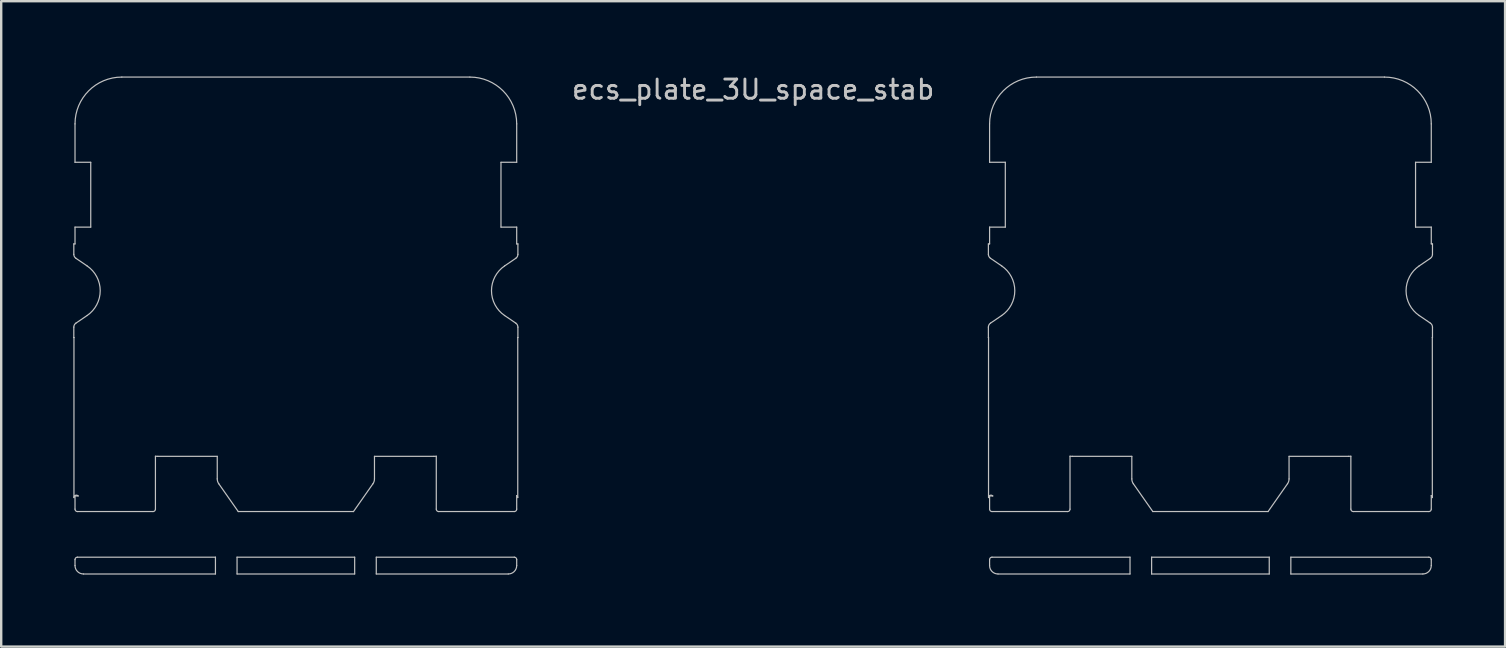
<source format=kicad_pcb>
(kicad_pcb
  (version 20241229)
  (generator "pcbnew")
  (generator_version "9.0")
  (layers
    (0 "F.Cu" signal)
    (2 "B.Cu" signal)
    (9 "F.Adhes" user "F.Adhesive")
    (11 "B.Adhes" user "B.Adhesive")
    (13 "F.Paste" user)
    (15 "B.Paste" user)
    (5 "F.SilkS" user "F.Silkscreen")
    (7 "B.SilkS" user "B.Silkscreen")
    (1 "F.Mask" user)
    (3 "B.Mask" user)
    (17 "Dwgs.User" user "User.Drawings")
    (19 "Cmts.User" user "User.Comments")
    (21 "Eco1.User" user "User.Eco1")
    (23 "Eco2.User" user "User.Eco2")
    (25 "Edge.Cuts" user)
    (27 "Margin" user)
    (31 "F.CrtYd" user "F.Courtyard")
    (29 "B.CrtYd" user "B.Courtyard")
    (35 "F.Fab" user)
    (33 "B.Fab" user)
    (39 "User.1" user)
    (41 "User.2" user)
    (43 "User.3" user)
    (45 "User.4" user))
  (footprint "ecs_plate_3U_space_stab"
    (layer "F.Cu")
    (at 28.325 9.061)
    (property "Reference" "ecs_plate_3U_space_stab" (at 0 -8.382 0) (layer "Dwgs.User") (effects (font (size 0.8 0.8) (thickness 0.12))))
    (attr smd)
    (fp_line (start -28.3 -1.95) (end -28.25 -1.95) (stroke (width 0.05) (type solid)) (layer "Dwgs.User"))
    (fp_line (start -28.3 -1.516) (end -28.3 -1.95) (stroke (width 0.05) (type solid)) (layer "Dwgs.User"))
    (fp_line (start -28.3 1.95) (end -28.3 1.516) (stroke (width 0.05) (type solid)) (layer "Dwgs.User"))
    (fp_line (start -28.294 1.95) (end -28.3 1.95) (stroke (width 0.05) (type solid)) (layer "Dwgs.User"))
    (fp_line (start -28.294 8.616) (end -28.294 1.95) (stroke (width 0.05) (type solid)) (layer "Dwgs.User"))
    (fp_line (start -28.25 -5.35) (end -28.25 -6.95) (stroke (width 0.05) (type solid)) (layer "Dwgs.User"))
    (fp_line (start -28.25 -2.65) (end -27.595 -2.65) (stroke (width 0.05) (type solid)) (layer "Dwgs.User"))
    (fp_line (start -28.25 -1.95) (end -28.25 -2.65) (stroke (width 0.05) (type solid)) (layer "Dwgs.User"))
    (fp_line (start -28.25 8.55) (end -28.119 8.55) (stroke (width 0.05) (type solid)) (layer "Dwgs.User"))
    (fp_line (start -28.25 9.1) (end -28.25 8.55) (stroke (width 0.05) (type solid)) (layer "Dwgs.User"))
    (fp_line (start -28.25 11.45) (end -28.25 11.2) (stroke (width 0.05) (type solid)) (layer "Dwgs.User"))
    (fp_line (start -28.213 1.351) (end -27.746 1.033) (stroke (width 0.05) (type solid)) (layer "Dwgs.User"))
    (fp_line (start -28.15 11.1) (end -22.4 11.1) (stroke (width 0.05) (type solid)) (layer "Dwgs.User"))
    (fp_line (start -27.746 -1.033) (end -28.213 -1.351) (stroke (width 0.05) (type solid)) (layer "Dwgs.User"))
    (fp_line (start -27.595 -5.35) (end -28.25 -5.35) (stroke (width 0.05) (type solid)) (layer "Dwgs.User"))
    (fp_line (start -27.595 -2.65) (end -27.595 -5.35) (stroke (width 0.05) (type solid)) (layer "Dwgs.User"))
    (fp_line (start -26.3 -8.9) (end -11.8 -8.9) (stroke (width 0.05) (type solid)) (layer "Dwgs.User"))
    (fp_line (start -25 9.2) (end -28.15 9.2) (stroke (width 0.05) (type solid)) (layer "Dwgs.User"))
    (fp_line (start -24.9 6.895) (end -24.9 9.1) (stroke (width 0.05) (type solid)) (layer "Dwgs.User"))
    (fp_line (start -22.4 11.1) (end -22.4 11.8) (stroke (width 0.05) (type solid)) (layer "Dwgs.User"))
    (fp_line (start -22.4 11.8) (end -27.9 11.8) (stroke (width 0.05) (type solid)) (layer "Dwgs.User"))
    (fp_line (start -22.325 6.9) (end -24.8 6.9) (stroke (width 0.05) (type solid)) (layer "Dwgs.User"))
    (fp_line (start -22.325 7.84) (end -22.325 6.9) (stroke (width 0.05) (type solid)) (layer "Dwgs.User"))
    (fp_line (start -21.5 11.1) (end -16.6 11.1) (stroke (width 0.05) (type solid)) (layer "Dwgs.User"))
    (fp_line (start -21.5 11.8) (end -21.5 11.1) (stroke (width 0.05) (type solid)) (layer "Dwgs.User"))
    (fp_line (start -21.45 9.2) (end -22.262 8.041) (stroke (width 0.05) (type solid)) (layer "Dwgs.User"))
    (fp_line (start -16.65 9.2) (end -21.45 9.2) (stroke (width 0.05) (type solid)) (layer "Dwgs.User"))
    (fp_line (start -16.6 11.1) (end -16.6 11.8) (stroke (width 0.05) (type solid)) (layer "Dwgs.User"))
    (fp_line (start -16.6 11.8) (end -21.5 11.8) (stroke (width 0.05) (type solid)) (layer "Dwgs.User"))
    (fp_line (start -15.838 8.041) (end -16.65 9.2) (stroke (width 0.05) (type solid)) (layer "Dwgs.User"))
    (fp_line (start -15.775 6.9) (end -15.775 7.84) (stroke (width 0.05) (type solid)) (layer "Dwgs.User"))
    (fp_line (start -15.7 11.1) (end -9.95 11.1) (stroke (width 0.05) (type solid)) (layer "Dwgs.User"))
    (fp_line (start -15.7 11.8) (end -15.7 11.1) (stroke (width 0.05) (type solid)) (layer "Dwgs.User"))
    (fp_line (start -13.3 6.9) (end -15.775 6.9) (stroke (width 0.05) (type solid)) (layer "Dwgs.User"))
    (fp_line (start -13.2 9.1) (end -13.2 6.895) (stroke (width 0.05) (type solid)) (layer "Dwgs.User"))
    (fp_line (start -10.505 -5.35) (end -10.505 -2.65) (stroke (width 0.05) (type solid)) (layer "Dwgs.User"))
    (fp_line (start -10.505 -2.65) (end -9.85 -2.65) (stroke (width 0.05) (type solid)) (layer "Dwgs.User"))
    (fp_line (start -10.354 1.033) (end -9.887 1.351) (stroke (width 0.05) (type solid)) (layer "Dwgs.User"))
    (fp_line (start -10.2 11.8) (end -15.7 11.8) (stroke (width 0.05) (type solid)) (layer "Dwgs.User"))
    (fp_line (start -9.95 9.2) (end -13.1 9.2) (stroke (width 0.05) (type solid)) (layer "Dwgs.User"))
    (fp_line (start -9.887 -1.351) (end -10.354 -1.033) (stroke (width 0.05) (type solid)) (layer "Dwgs.User"))
    (fp_line (start -9.85 8.534) (end -9.85 9.1) (stroke (width 0.05) (type solid)) (layer "Dwgs.User"))
    (fp_line (start -9.85 -6.95) (end -9.85 -5.35) (stroke (width 0.05) (type solid)) (layer "Dwgs.User"))
    (fp_line (start -9.85 -5.35) (end -10.505 -5.35) (stroke (width 0.05) (type solid)) (layer "Dwgs.User"))
    (fp_line (start -9.85 -2.65) (end -9.85 -1.95) (stroke (width 0.05) (type solid)) (layer "Dwgs.User"))
    (fp_line (start -9.85 -1.95) (end -9.8 -1.95) (stroke (width 0.05) (type solid)) (layer "Dwgs.User"))
    (fp_line (start -9.85 11.2) (end -9.85 11.45) (stroke (width 0.05) (type solid)) (layer "Dwgs.User"))
    (fp_line (start -9.806 1.95) (end -9.806 8.616) (stroke (width 0.05) (type solid)) (layer "Dwgs.User"))
    (fp_line (start -9.8 -1.95) (end -9.8 -1.516) (stroke (width 0.05) (type solid)) (layer "Dwgs.User"))
    (fp_line (start -9.8 1.516) (end -9.8 1.95) (stroke (width 0.05) (type solid)) (layer "Dwgs.User"))
    (fp_line (start -9.8 1.95) (end -9.806 1.95) (stroke (width 0.05) (type solid)) (layer "Dwgs.User"))
    (fp_line (start 9.8 -1.95) (end 9.85 -1.95) (stroke (width 0.05) (type solid)) (layer "Dwgs.User"))
    (fp_line (start 9.8 -1.516) (end 9.8 -1.95) (stroke (width 0.05) (type solid)) (layer "Dwgs.User"))
    (fp_line (start 9.8 1.95) (end 9.8 1.516) (stroke (width 0.05) (type solid)) (layer "Dwgs.User"))
    (fp_line (start 9.806 1.95) (end 9.8 1.95) (stroke (width 0.05) (type solid)) (layer "Dwgs.User"))
    (fp_line (start 9.806 8.616) (end 9.806 1.95) (stroke (width 0.05) (type solid)) (layer "Dwgs.User"))
    (fp_line (start 9.85 -5.35) (end 9.85 -6.95) (stroke (width 0.05) (type solid)) (layer "Dwgs.User"))
    (fp_line (start 9.85 -2.65) (end 10.505 -2.65) (stroke (width 0.05) (type solid)) (layer "Dwgs.User"))
    (fp_line (start 9.85 -1.95) (end 9.85 -2.65) (stroke (width 0.05) (type solid)) (layer "Dwgs.User"))
    (fp_line (start 9.85 8.55) (end 9.981 8.55) (stroke (width 0.05) (type solid)) (layer "Dwgs.User"))
    (fp_line (start 9.85 9.1) (end 9.85 8.55) (stroke (width 0.05) (type solid)) (layer "Dwgs.User"))
    (fp_line (start 9.85 11.45) (end 9.85 11.2) (stroke (width 0.05) (type solid)) (layer "Dwgs.User"))
    (fp_line (start 9.887 1.351) (end 10.354 1.033) (stroke (width 0.05) (type solid)) (layer "Dwgs.User"))
    (fp_line (start 9.95 11.1) (end 15.7 11.1) (stroke (width 0.05) (type solid)) (layer "Dwgs.User"))
    (fp_line (start 10.354 -1.033) (end 9.887 -1.351) (stroke (width 0.05) (type solid)) (layer "Dwgs.User"))
    (fp_line (start 10.505 -5.35) (end 9.85 -5.35) (stroke (width 0.05) (type solid)) (layer "Dwgs.User"))
    (fp_line (start 10.505 -2.65) (end 10.505 -5.35) (stroke (width 0.05) (type solid)) (layer "Dwgs.User"))
    (fp_line (start 11.8 -8.9) (end 26.3 -8.9) (stroke (width 0.05) (type solid)) (layer "Dwgs.User"))
    (fp_line (start 13.1 9.2) (end 9.95 9.2) (stroke (width 0.05) (type solid)) (layer "Dwgs.User"))
    (fp_line (start 13.2 6.895) (end 13.2 9.1) (stroke (width 0.05) (type solid)) (layer "Dwgs.User"))
    (fp_line (start 15.7 11.1) (end 15.7 11.8) (stroke (width 0.05) (type solid)) (layer "Dwgs.User"))
    (fp_line (start 15.7 11.8) (end 10.2 11.8) (stroke (width 0.05) (type solid)) (layer "Dwgs.User"))
    (fp_line (start 15.775 6.9) (end 13.3 6.9) (stroke (width 0.05) (type solid)) (layer "Dwgs.User"))
    (fp_line (start 15.775 7.84) (end 15.775 6.9) (stroke (width 0.05) (type solid)) (layer "Dwgs.User"))
    (fp_line (start 16.6 11.1) (end 21.5 11.1) (stroke (width 0.05) (type solid)) (layer "Dwgs.User"))
    (fp_line (start 16.6 11.8) (end 16.6 11.1) (stroke (width 0.05) (type solid)) (layer "Dwgs.User"))
    (fp_line (start 16.65 9.2) (end 15.838 8.041) (stroke (width 0.05) (type solid)) (layer "Dwgs.User"))
    (fp_line (start 21.45 9.2) (end 16.65 9.2) (stroke (width 0.05) (type solid)) (layer "Dwgs.User"))
    (fp_line (start 21.5 11.1) (end 21.5 11.8) (stroke (width 0.05) (type solid)) (layer "Dwgs.User"))
    (fp_line (start 21.5 11.8) (end 16.6 11.8) (stroke (width 0.05) (type solid)) (layer "Dwgs.User"))
    (fp_line (start 22.262 8.041) (end 21.45 9.2) (stroke (width 0.05) (type solid)) (layer "Dwgs.User"))
    (fp_line (start 22.325 6.9) (end 22.325 7.84) (stroke (width 0.05) (type solid)) (layer "Dwgs.User"))
    (fp_line (start 22.4 11.1) (end 28.15 11.1) (stroke (width 0.05) (type solid)) (layer "Dwgs.User"))
    (fp_line (start 22.4 11.8) (end 22.4 11.1) (stroke (width 0.05) (type solid)) (layer "Dwgs.User"))
    (fp_line (start 24.8 6.9) (end 22.325 6.9) (stroke (width 0.05) (type solid)) (layer "Dwgs.User"))
    (fp_line (start 24.9 9.1) (end 24.9 6.895) (stroke (width 0.05) (type solid)) (layer "Dwgs.User"))
    (fp_line (start 27.595 -5.35) (end 27.595 -2.65) (stroke (width 0.05) (type solid)) (layer "Dwgs.User"))
    (fp_line (start 27.595 -2.65) (end 28.25 -2.65) (stroke (width 0.05) (type solid)) (layer "Dwgs.User"))
    (fp_line (start 27.746 1.033) (end 28.213 1.351) (stroke (width 0.05) (type solid)) (layer "Dwgs.User"))
    (fp_line (start 27.9 11.8) (end 22.4 11.8) (stroke (width 0.05) (type solid)) (layer "Dwgs.User"))
    (fp_line (start 28.15 9.2) (end 25 9.2) (stroke (width 0.05) (type solid)) (layer "Dwgs.User"))
    (fp_line (start 28.213 -1.351) (end 27.746 -1.033) (stroke (width 0.05) (type solid)) (layer "Dwgs.User"))
    (fp_line (start 28.25 8.534) (end 28.25 9.1) (stroke (width 0.05) (type solid)) (layer "Dwgs.User"))
    (fp_line (start 28.25 -6.95) (end 28.25 -5.35) (stroke (width 0.05) (type solid)) (layer "Dwgs.User"))
    (fp_line (start 28.25 -5.35) (end 27.595 -5.35) (stroke (width 0.05) (type solid)) (layer "Dwgs.User"))
    (fp_line (start 28.25 -2.65) (end 28.25 -1.95) (stroke (width 0.05) (type solid)) (layer "Dwgs.User"))
    (fp_line (start 28.25 -1.95) (end 28.3 -1.95) (stroke (width 0.05) (type solid)) (layer "Dwgs.User"))
    (fp_line (start 28.25 11.2) (end 28.25 11.45) (stroke (width 0.05) (type solid)) (layer "Dwgs.User"))
    (fp_line (start 28.294 1.95) (end 28.294 8.616) (stroke (width 0.05) (type solid)) (layer "Dwgs.User"))
    (fp_line (start 28.3 -1.95) (end 28.3 -1.516) (stroke (width 0.05) (type solid)) (layer "Dwgs.User"))
    (fp_line (start 28.3 1.516) (end 28.3 1.95) (stroke (width 0.05) (type solid)) (layer "Dwgs.User"))
    (fp_line (start 28.3 1.95) (end 28.294 1.95) (stroke (width 0.05) (type solid)) (layer "Dwgs.User"))
    (fp_arc (start -28.300003 1.516225) (mid -28.276822 1.422766) (end -28.212652 1.350973) (stroke (width 0.05) (type solid)) (layer "Dwgs.User"))
    (fp_arc (start -28.29375 8.616395) (mid -28.22927 8.52292) (end -28.118988 8.55) (stroke (width 0.05) (type solid)) (layer "Dwgs.User"))
    (fp_arc (start -28.25 -6.95) (mid -27.678858 -8.328858) (end -26.3 -8.9) (stroke (width 0.05) (type solid)) (layer "Dwgs.User"))
    (fp_arc (start -28.25 11.199994) (mid -28.220712 11.129286) (end -28.150003 11.1) (stroke (width 0.05) (type solid)) (layer "Dwgs.User"))
    (fp_arc (start -28.212652 -1.350973) (mid -28.276822 -1.422766) (end -28.300003 -1.516225) (stroke (width 0.05) (type solid)) (layer "Dwgs.User"))
    (fp_arc (start -28.150003 9.2) (mid -28.220712 9.170714) (end -28.25 9.100006) (stroke (width 0.05) (type solid)) (layer "Dwgs.User"))
    (fp_arc (start -27.900023 11.8) (mid -28.147497 11.697497) (end -28.25 11.450023) (stroke (width 0.05) (type solid)) (layer "Dwgs.User"))
    (fp_arc (start -27.745979 -1.032887) (mid -27.2 0) (end -27.745979 1.032887) (stroke (width 0.05) (type solid)) (layer "Dwgs.User"))
    (fp_arc (start -24.9 9.099996) (mid -24.929288 9.170709) (end -25 9.2) (stroke (width 0.05) (type solid)) (layer "Dwgs.User"))
    (fp_arc (start -24.8 6.9) (mid -24.850063 6.898746) (end -24.9 6.894987) (stroke (width 0.05) (type solid)) (layer "Dwgs.User"))
    (fp_arc (start -22.261703 8.040768) (mid -22.308801 7.945263) (end -22.325 7.840016) (stroke (width 0.05) (type solid)) (layer "Dwgs.User"))
    (fp_arc (start -15.775 7.840016) (mid -15.791199 7.945263) (end -15.838297 8.040768) (stroke (width 0.05) (type solid)) (layer "Dwgs.User"))
    (fp_arc (start -13.2 6.894987) (mid -13.249937 6.898746) (end -13.3 6.9) (stroke (width 0.05) (type solid)) (layer "Dwgs.User"))
    (fp_arc (start -13.1 9.2) (mid -13.170712 9.170709) (end -13.2 9.099996) (stroke (width 0.05) (type solid)) (layer "Dwgs.User"))
    (fp_arc (start -11.8 -8.9) (mid -10.421142 -8.328858) (end -9.85 -6.95) (stroke (width 0.05) (type solid)) (layer "Dwgs.User"))
    (fp_arc (start -10.354021 1.032887) (mid -10.9 0) (end -10.354021 -1.032887) (stroke (width 0.05) (type solid)) (layer "Dwgs.User"))
    (fp_arc (start -9.949997 11.1) (mid -9.879288 11.129286) (end -9.85 11.199994) (stroke (width 0.05) (type solid)) (layer "Dwgs.User"))
    (fp_arc (start -9.887348 1.350973) (mid -9.823178 1.422766) (end -9.799997 1.516225) (stroke (width 0.05) (type solid)) (layer "Dwgs.User"))
    (fp_arc (start -9.850001 8.533718) (mid -9.817862 8.569625) (end -9.80625 8.616395) (stroke (width 0.05) (type solid)) (layer "Dwgs.User"))
    (fp_arc (start -9.85 9.100006) (mid -9.879288 9.170714) (end -9.949997 9.2) (stroke (width 0.05) (type solid)) (layer "Dwgs.User"))
    (fp_arc (start -9.85 11.450023) (mid -9.952503 11.697497) (end -10.199977 11.8) (stroke (width 0.05) (type solid)) (layer "Dwgs.User"))
    (fp_arc (start -9.799997 -1.516225) (mid -9.823178 -1.422766) (end -9.887348 -1.350973) (stroke (width 0.05) (type solid)) (layer "Dwgs.User"))
    (fp_arc (start 9.799997 1.516225) (mid 9.823168 1.422757) (end 9.887348 1.350973) (stroke (width 0.05) (type solid)) (layer "Dwgs.User"))
    (fp_arc (start 9.80625 8.616395) (mid 9.870717 8.52296) (end 9.981012 8.55) (stroke (width 0.05) (type solid)) (layer "Dwgs.User"))
    (fp_arc (start 9.85 -6.95) (mid 10.421142 -8.328858) (end 11.8 -8.9) (stroke (width 0.05) (type solid)) (layer "Dwgs.User"))
    (fp_arc (start 9.85 11.199994) (mid 9.87929 11.129288) (end 9.949997 11.1) (stroke (width 0.05) (type solid)) (layer "Dwgs.User"))
    (fp_arc (start 9.887348 -1.350973) (mid 9.823192 -1.422769) (end 9.799997 -1.516225) (stroke (width 0.05) (type solid)) (layer "Dwgs.User"))
    (fp_arc (start 9.949997 9.2) (mid 9.87929 9.170712) (end 9.85 9.100006) (stroke (width 0.05) (type solid)) (layer "Dwgs.User"))
    (fp_arc (start 10.199977 11.8) (mid 9.952513 11.697487) (end 9.85 11.450023) (stroke (width 0.05) (type solid)) (layer "Dwgs.User"))
    (fp_arc (start 10.354021 -1.032887) (mid 10.9 0) (end 10.354021 1.032887) (stroke (width 0.05) (type solid)) (layer "Dwgs.User"))
    (fp_arc (start 13.2 9.099996) (mid 13.170712 9.170709) (end 13.1 9.2) (stroke (width 0.05) (type solid)) (layer "Dwgs.User"))
    (fp_arc (start 13.3 6.9) (mid 13.249937 6.898746) (end 13.2 6.894987) (stroke (width 0.05) (type solid)) (layer "Dwgs.User"))
    (fp_arc (start 15.838297 8.040768) (mid 15.791195 7.945264) (end 15.775 7.840016) (stroke (width 0.05) (type solid)) (layer "Dwgs.User"))
    (fp_arc (start 22.325 7.840016) (mid 22.308797 7.945261) (end 22.261703 8.040768) (stroke (width 0.05) (type solid)) (layer "Dwgs.User"))
    (fp_arc (start 24.9 6.894987) (mid 24.850063 6.898746) (end 24.8 6.9) (stroke (width 0.05) (type solid)) (layer "Dwgs.User"))
    (fp_arc (start 25 9.2) (mid 24.929288 9.170709) (end 24.9 9.099996) (stroke (width 0.05) (type solid)) (layer "Dwgs.User"))
    (fp_arc (start 26.3 -8.9) (mid 27.678858 -8.328858) (end 28.25 -6.95) (stroke (width 0.05) (type solid)) (layer "Dwgs.User"))
    (fp_arc (start 27.745979 1.032887) (mid 27.2 0) (end 27.745979 -1.032887) (stroke (width 0.05) (type solid)) (layer "Dwgs.User"))
    (fp_arc (start 28.150003 11.1) (mid 28.22071 11.129288) (end 28.25 11.199994) (stroke (width 0.05) (type solid)) (layer "Dwgs.User"))
    (fp_arc (start 28.212652 1.350973) (mid 28.276808 1.422769) (end 28.300003 1.516225) (stroke (width 0.05) (type solid)) (layer "Dwgs.User"))
    (fp_arc (start 28.249999 8.533718) (mid 28.282153 8.56962) (end 28.29375 8.616395) (stroke (width 0.05) (type solid)) (layer "Dwgs.User"))
    (fp_arc (start 28.25 9.100006) (mid 28.22071 9.170712) (end 28.150003 9.2) (stroke (width 0.05) (type solid)) (layer "Dwgs.User"))
    (fp_arc (start 28.25 11.450023) (mid 28.147487 11.697487) (end 27.900023 11.8) (stroke (width 0.05) (type solid)) (layer "Dwgs.User"))
    (fp_arc (start 28.300003 -1.516225) (mid 28.276832 -1.422757) (end 28.212652 -1.350973) (stroke (width 0.05) (type solid)) (layer "Dwgs.User")))
  (gr_rect
    (start -3 -3)
    (end 59.65 23.886)
    (stroke (width 0.1) (type default))
    (fill no)
    (layer "Edge.Cuts")))
</source>
